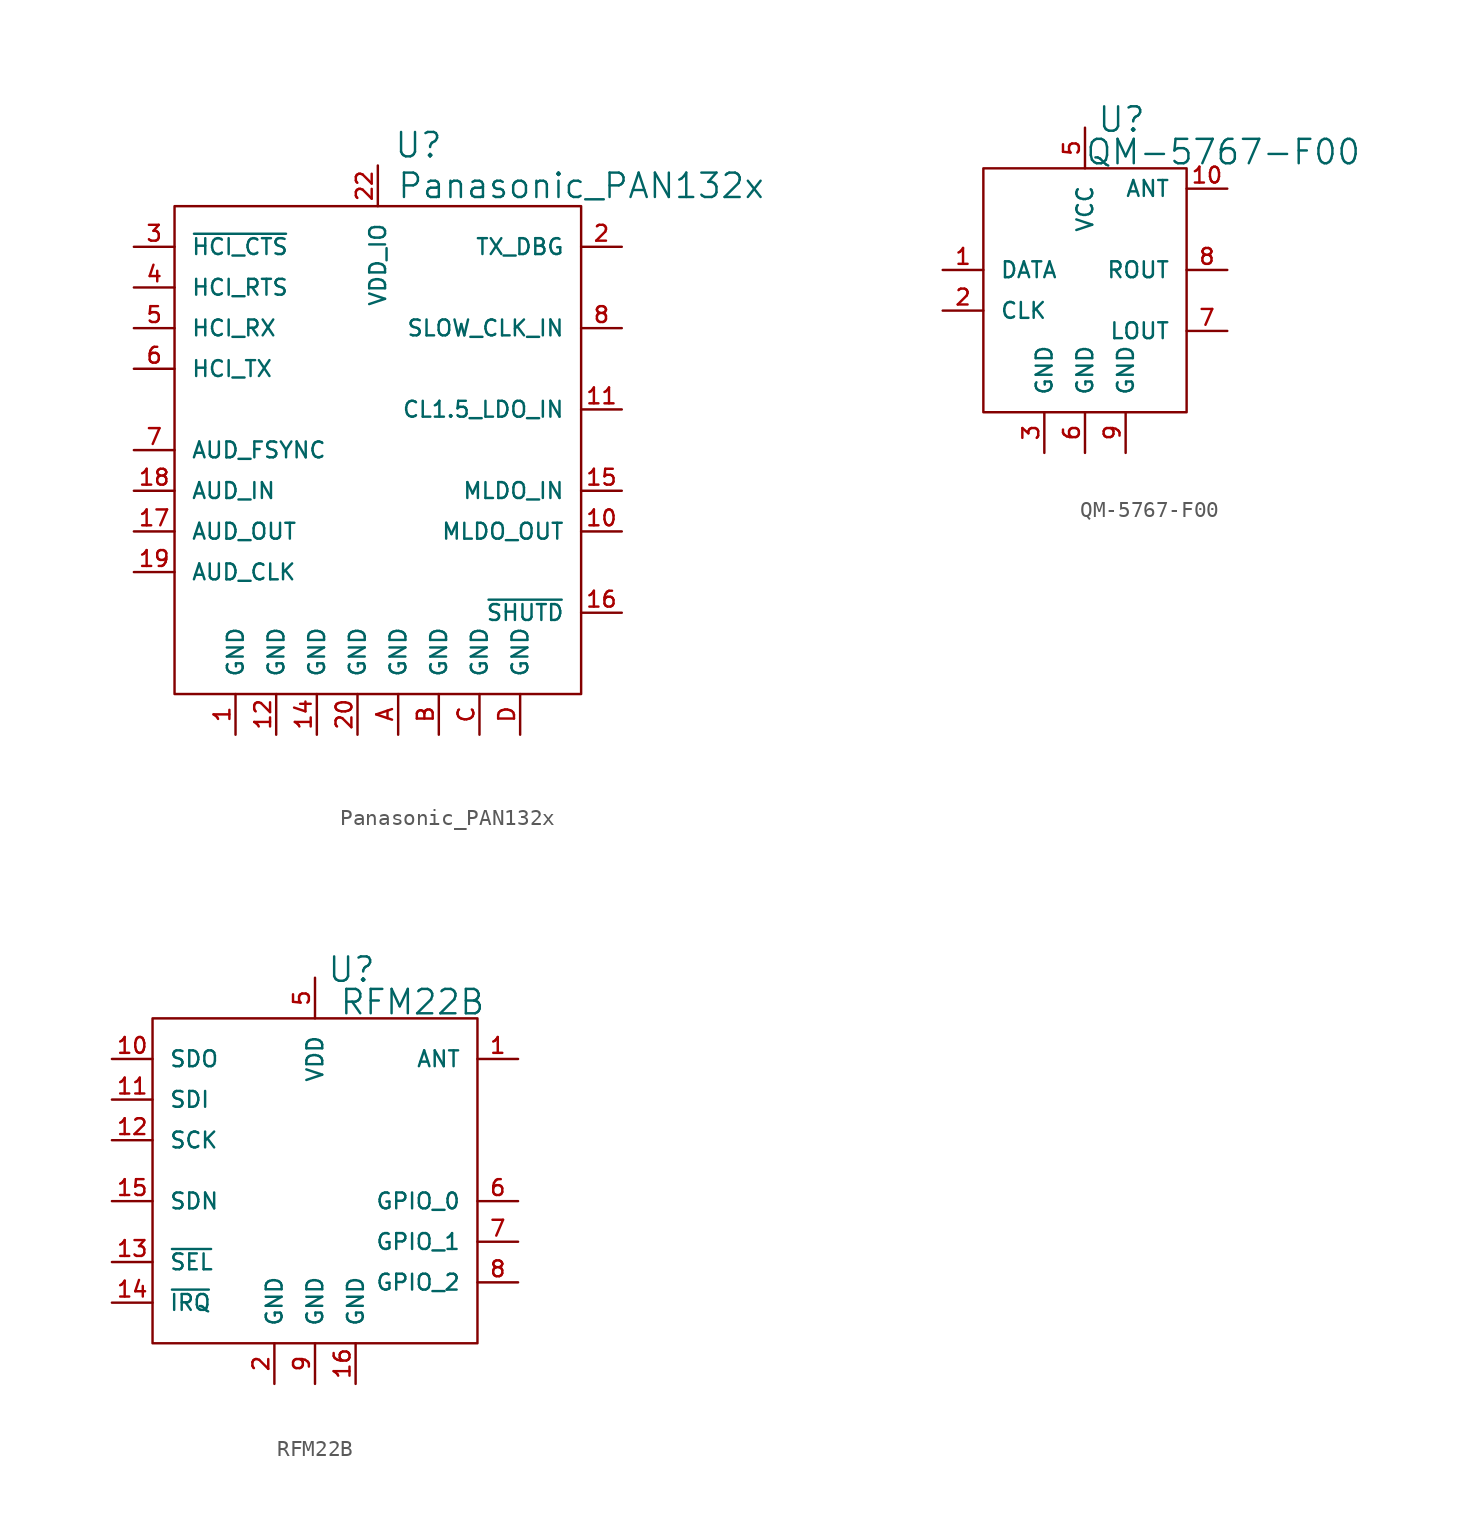
<source format=kicad_sym>
(kicad_symbol_lib
  (version 20220914)
  (generator kicad_symbol_editor)
  (symbol "Panasonic_PAN132x"
    (pin_names
      (offset 1.016))
    (property "Reference" "U"
      (at 2.54 19.05 0)
      (effects (font (size 1.524 1.524))))
    (property "Value" "Panasonic_PAN132x"
      (at 12.7 16.51 0)
      (effects (font (size 1.524 1.524))))
    (property "Footprint" ""
      (at 0 -2.54 0)
      (effects (font (size 1.524 1.524))))
    (property "Datasheet" ""
      (at 0 0 0)
      (effects (font (size 1.524 1.524))))
    (symbol "Panasonic_PAN132x_0_1"
      (rectangle (start -12.7 15.24) (end 12.7 -15.24) (stroke (width 0) (type solid)) (fill (type none))))
    (symbol "Panasonic_PAN132x_1_1"
      (pin passive line (at -8.89 -17.78 90) (length 2.54) (name "GND" (effects (font (size 0.991 0.991)))) (number "1" (effects (font (size 0.991 0.991)))))
      (pin passive line (at 15.24 -5.08 180) (length 2.54) (name "MLDO_OUT" (effects (font (size 0.991 0.991)))) (number "10" (effects (font (size 0.991 0.991)))))
      (pin passive line (at 15.24 2.54 180) (length 2.54) (name "CL1.5_LDO_IN" (effects (font (size 0.991 0.991)))) (number "11" (effects (font (size 0.991 0.991)))))
      (pin passive line (at -6.35 -17.78 90) (length 2.54) (name "GND" (effects (font (size 0.991 0.991)))) (number "12" (effects (font (size 0.991 0.991)))))
      (pin passive line (at -3.81 -17.78 90) (length 2.54) (name "GND" (effects (font (size 0.991 0.991)))) (number "14" (effects (font (size 0.991 0.991)))))
      (pin passive line (at 15.24 -2.54 180) (length 2.54) (name "MLDO_IN" (effects (font (size 0.991 0.991)))) (number "15" (effects (font (size 0.991 0.991)))))
      (pin passive line (at 15.24 -10.16 180) (length 2.54) (name "~{SHUTD}" (effects (font (size 0.991 0.991)))) (number "16" (effects (font (size 0.991 0.991)))))
      (pin passive line (at -15.24 -5.08 0) (length 2.54) (name "AUD_OUT" (effects (font (size 0.991 0.991)))) (number "17" (effects (font (size 0.991 0.991)))))
      (pin passive line (at -15.24 -2.54 0) (length 2.54) (name "AUD_IN" (effects (font (size 0.991 0.991)))) (number "18" (effects (font (size 0.991 0.991)))))
      (pin passive line (at -15.24 -7.62 0) (length 2.54) (name "AUD_CLK" (effects (font (size 0.991 0.991)))) (number "19" (effects (font (size 0.991 0.991)))))
      (pin passive line (at 15.24 12.7 180) (length 2.54) (name "TX_DBG" (effects (font (size 0.991 0.991)))) (number "2" (effects (font (size 0.991 0.991)))))
      (pin passive line (at -1.27 -17.78 90) (length 2.54) (name "GND" (effects (font (size 0.991 0.991)))) (number "20" (effects (font (size 0.991 0.991)))))
      (pin passive line (at 0 17.78 270) (length 2.54) (name "VDD_IO" (effects (font (size 0.991 0.991)))) (number "22" (effects (font (size 0.991 0.991)))))
      (pin passive line (at -15.24 12.7 0) (length 2.54) (name "~{HCI_CTS}" (effects (font (size 0.991 0.991)))) (number "3" (effects (font (size 0.991 0.991)))))
      (pin passive line (at -15.24 10.16 0) (length 2.54) (name "HCI_RTS" (effects (font (size 0.991 0.991)))) (number "4" (effects (font (size 0.991 0.991)))))
      (pin passive line (at -15.24 7.62 0) (length 2.54) (name "HCI_RX" (effects (font (size 0.991 0.991)))) (number "5" (effects (font (size 0.991 0.991)))))
      (pin passive line (at -15.24 5.08 0) (length 2.54) (name "HCI_TX" (effects (font (size 0.991 0.991)))) (number "6" (effects (font (size 0.991 0.991)))))
      (pin passive line (at -15.24 0 0) (length 2.54) (name "AUD_FSYNC" (effects (font (size 0.991 0.991)))) (number "7" (effects (font (size 0.991 0.991)))))
      (pin passive line (at 15.24 7.62 180) (length 2.54) (name "SLOW_CLK_IN" (effects (font (size 0.991 0.991)))) (number "8" (effects (font (size 0.991 0.991)))))
      (pin passive line (at 1.27 -17.78 90) (length 2.54) (name "GND" (effects (font (size 0.991 0.991)))) (number "A" (effects (font (size 0.991 0.991)))))
      (pin passive line (at 3.81 -17.78 90) (length 2.54) (name "GND" (effects (font (size 0.991 0.991)))) (number "B" (effects (font (size 0.991 0.991)))))
      (pin passive line (at 6.35 -17.78 90) (length 2.54) (name "GND" (effects (font (size 0.991 0.991)))) (number "C" (effects (font (size 0.991 0.991)))))
      (pin passive line (at 8.89 -17.78 90) (length 2.54) (name "GND" (effects (font (size 0.991 0.991)))) (number "D" (effects (font (size 0.991 0.991)))))))
  (symbol "QM-5767-F00"
    (pin_names
      (offset 1.016))
    (property "Reference" "U"
      (at 2.286 10.668 0)
      (effects (font (size 1.524 1.524))))
    (property "Value" "QM-5767-F00"
      (at 8.636 8.636 0)
      (effects (font (size 1.524 1.524))))
    (property "Footprint" ""
      (at 0 0 0)
      (effects (font (size 1.524 1.524))))
    (property "Datasheet" ""
      (at 0 0 0)
      (effects (font (size 1.524 1.524))))
    (symbol "QM-5767-F00_0_1"
      (rectangle (start -6.35 7.62) (end 6.35 -7.62) (stroke (width 0) (type solid)) (fill (type none))))
    (symbol "QM-5767-F00_1_1"
      (pin passive line (at -8.89 1.27 0) (length 2.54) (name "DATA" (effects (font (size 0.991 0.991)))) (number "1" (effects (font (size 0.991 0.991)))))
      (pin passive line (at 8.89 6.35 180) (length 2.54) (name "ANT" (effects (font (size 0.991 0.991)))) (number "10" (effects (font (size 0.991 0.991)))))
      (pin passive line (at -8.89 -1.27 0) (length 2.54) (name "CLK" (effects (font (size 0.991 0.991)))) (number "2" (effects (font (size 0.991 0.991)))))
      (pin passive line (at -2.54 -10.16 90) (length 2.54) (name "GND" (effects (font (size 0.991 0.991)))) (number "3" (effects (font (size 0.991 0.991)))))
      (pin passive line (at 0 10.16 270) (length 2.54) (name "VCC" (effects (font (size 0.991 0.991)))) (number "5" (effects (font (size 0.991 0.991)))))
      (pin passive line (at 0 -10.16 90) (length 2.54) (name "GND" (effects (font (size 0.991 0.991)))) (number "6" (effects (font (size 0.991 0.991)))))
      (pin passive line (at 8.89 -2.54 180) (length 2.54) (name "LOUT" (effects (font (size 0.991 0.991)))) (number "7" (effects (font (size 0.991 0.991)))))
      (pin passive line (at 8.89 1.27 180) (length 2.54) (name "ROUT" (effects (font (size 0.991 0.991)))) (number "8" (effects (font (size 0.991 0.991)))))
      (pin passive line (at 2.54 -10.16 90) (length 2.54) (name "GND" (effects (font (size 0.991 0.991)))) (number "9" (effects (font (size 0.991 0.991)))))))
  (symbol "RFM22B"
    (pin_names
      (offset 1.016))
    (property "Reference" "U"
      (at 2.286 13.208 0)
      (effects (font (size 1.524 1.524))))
    (property "Value" "RFM22B"
      (at 6.096 11.176 0)
      (effects (font (size 1.524 1.524))))
    (property "Footprint" ""
      (at 0 0 0)
      (effects (font (size 1.524 1.524))))
    (property "Datasheet" ""
      (at 0 0 0)
      (effects (font (size 1.524 1.524))))
    (symbol "RFM22B_0_1"
      (rectangle (start -10.16 10.16) (end 10.16 -10.16) (stroke (width 0) (type solid)) (fill (type none))))
    (symbol "RFM22B_1_1"
      (pin passive line (at 12.7 7.62 180) (length 2.54) (name "ANT" (effects (font (size 0.991 0.991)))) (number "1" (effects (font (size 0.991 0.991)))))
      (pin passive line (at -12.7 7.62 0) (length 2.54) (name "SDO" (effects (font (size 0.991 0.991)))) (number "10" (effects (font (size 0.991 0.991)))))
      (pin passive line (at -12.7 5.08 0) (length 2.54) (name "SDI" (effects (font (size 0.991 0.991)))) (number "11" (effects (font (size 0.991 0.991)))))
      (pin passive line (at -12.7 2.54 0) (length 2.54) (name "SCK" (effects (font (size 0.991 0.991)))) (number "12" (effects (font (size 0.991 0.991)))))
      (pin passive line (at -12.7 -5.08 0) (length 2.54) (name "~{SEL}" (effects (font (size 0.991 0.991)))) (number "13" (effects (font (size 0.991 0.991)))))
      (pin passive line (at -12.7 -7.62 0) (length 2.54) (name "~{IRQ}" (effects (font (size 0.991 0.991)))) (number "14" (effects (font (size 0.991 0.991)))))
      (pin passive line (at -12.7 -1.27 0) (length 2.54) (name "SDN" (effects (font (size 0.991 0.991)))) (number "15" (effects (font (size 0.991 0.991)))))
      (pin passive line (at 2.54 -12.7 90) (length 2.54) (name "GND" (effects (font (size 0.991 0.991)))) (number "16" (effects (font (size 0.991 0.991)))))
      (pin passive line (at -2.54 -12.7 90) (length 2.54) (name "GND" (effects (font (size 0.991 0.991)))) (number "2" (effects (font (size 0.991 0.991)))))
      (pin passive line (at 0 12.7 270) (length 2.54) (name "VDD" (effects (font (size 0.991 0.991)))) (number "5" (effects (font (size 0.991 0.991)))))
      (pin passive line (at 12.7 -1.27 180) (length 2.54) (name "GPIO_0" (effects (font (size 0.991 0.991)))) (number "6" (effects (font (size 0.991 0.991)))))
      (pin passive line (at 12.7 -3.81 180) (length 2.54) (name "GPIO_1" (effects (font (size 0.991 0.991)))) (number "7" (effects (font (size 0.991 0.991)))))
      (pin passive line (at 12.7 -6.35 180) (length 2.54) (name "GPIO_2" (effects (font (size 0.991 0.991)))) (number "8" (effects (font (size 0.991 0.991)))))
      (pin passive line (at 0 -12.7 90) (length 2.54) (name "GND" (effects (font (size 0.991 0.991)))) (number "9" (effects (font (size 0.991 0.991))))))))
</source>
